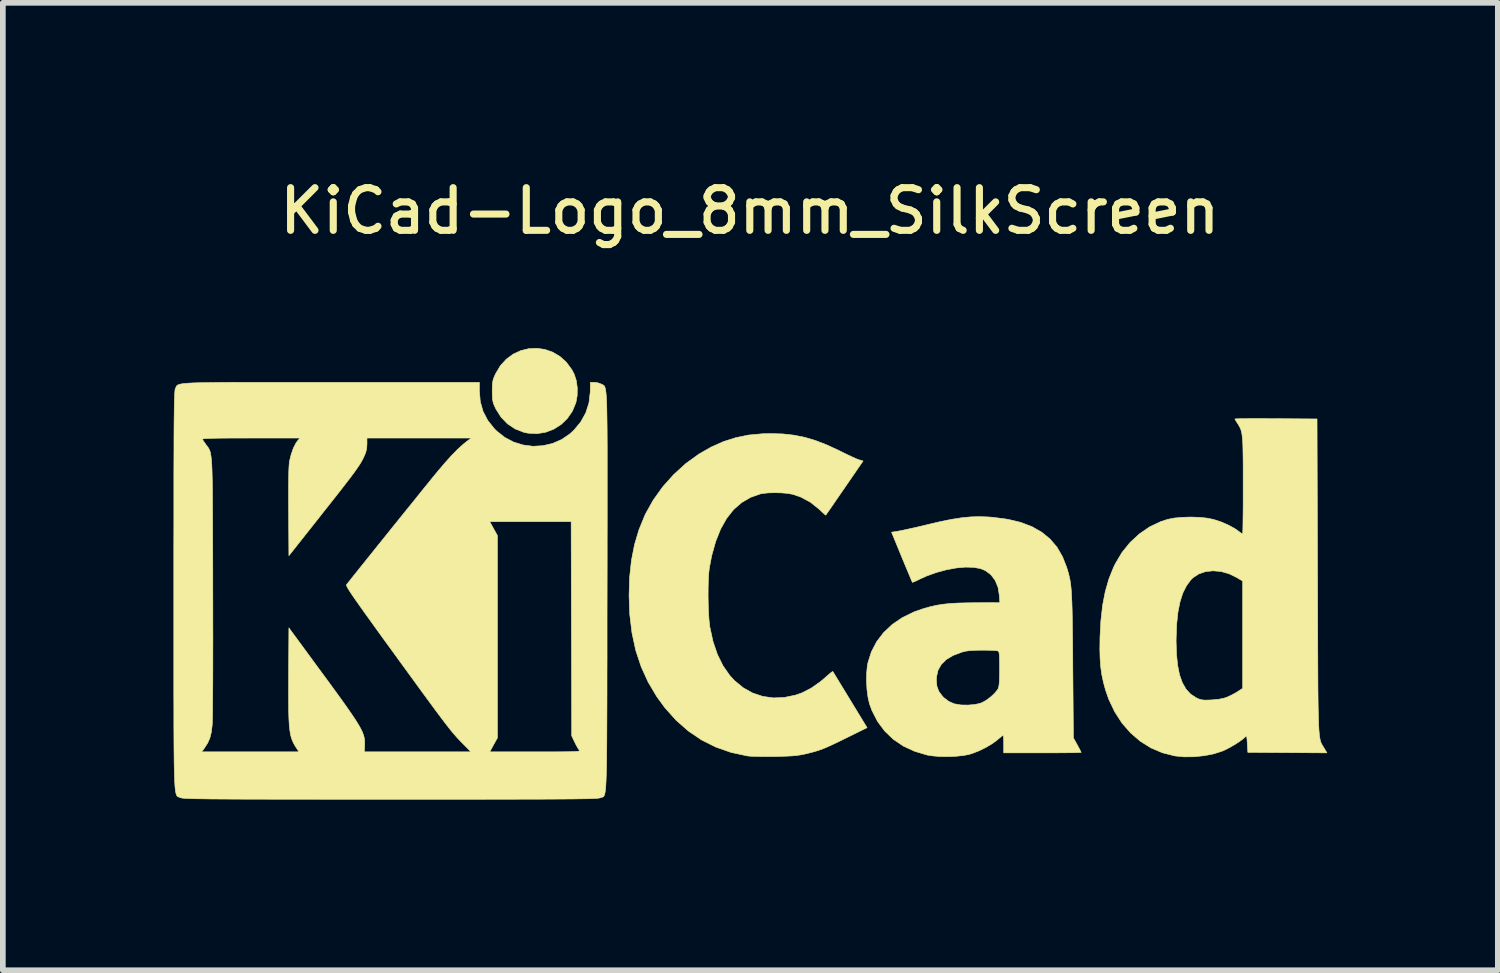
<source format=kicad_pcb>
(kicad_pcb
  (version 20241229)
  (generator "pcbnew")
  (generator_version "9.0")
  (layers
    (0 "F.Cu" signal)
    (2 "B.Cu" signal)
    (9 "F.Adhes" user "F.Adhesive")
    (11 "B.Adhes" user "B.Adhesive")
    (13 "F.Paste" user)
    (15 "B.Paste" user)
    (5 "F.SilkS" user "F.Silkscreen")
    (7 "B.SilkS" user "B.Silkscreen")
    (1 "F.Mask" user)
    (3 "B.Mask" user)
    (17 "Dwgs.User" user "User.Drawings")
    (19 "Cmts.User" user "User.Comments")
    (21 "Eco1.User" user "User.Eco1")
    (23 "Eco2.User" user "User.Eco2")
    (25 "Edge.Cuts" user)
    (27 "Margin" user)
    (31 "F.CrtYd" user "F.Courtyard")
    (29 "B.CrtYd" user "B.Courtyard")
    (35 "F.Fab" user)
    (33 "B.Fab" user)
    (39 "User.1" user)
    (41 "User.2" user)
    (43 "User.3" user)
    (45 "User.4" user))
  (footprint "KiCad-Logo_8mm_SilkScreen"
    (layer "F.Cu")
    (at 10.129 7.008)
    (property "Reference" "KiCad-Logo_8mm_SilkScreen" (at 0 -6.35 0) (layer "F.SilkS") (effects (font (size 0.75 0.75) (thickness 0.125))))
    (attr exclude_from_pos_files exclude_from_bom allow_missing_courtyard)
    (fp_poly (pts (xy -3.602 -3.916) (xy -3.466 -3.869) (xy -3.339 -3.794) (xy -3.226 -3.693) (xy -3.13 -3.564) (xy -3.087 -3.483) (xy -3.05 -3.37) (xy -3.032 -3.239) (xy -3.034 -3.105) (xy -3.056 -2.983) (xy -3.117 -2.834) (xy -3.205 -2.705) (xy -3.315 -2.598) (xy -3.444 -2.516) (xy -3.587 -2.461) (xy -3.739 -2.436) (xy -3.896 -2.444) (xy -3.973 -2.46) (xy -4.124 -2.519) (xy -4.258 -2.608) (xy -4.372 -2.726) (xy -4.463 -2.869) (xy -4.47 -2.885) (xy -4.497 -2.943) (xy -4.513 -2.993) (xy -4.522 -3.045) (xy -4.526 -3.111) (xy -4.527 -3.184) (xy -4.526 -3.271) (xy -4.521 -3.334) (xy -4.511 -3.385) (xy -4.492 -3.436) (xy -4.469 -3.487) (xy -4.384 -3.63) (xy -4.279 -3.745) (xy -4.158 -3.834) (xy -4.026 -3.895) (xy -3.886 -3.929) (xy -3.744 -3.936) (xy -3.602 -3.916)) (stroke (width 0.01) (type solid)) (fill yes) (layer "F.SilkS"))
    (fp_poly (pts (xy 0.581 -2.431) (xy 0.777 -2.409) (xy 0.967 -2.371) (xy 1.158 -2.314) (xy 1.358 -2.236) (xy 1.576 -2.135) (xy 1.615 -2.115) (xy 1.705 -2.071) (xy 1.79 -2.031) (xy 1.861 -1.999) (xy 1.91 -1.979) (xy 1.918 -1.977) (xy 1.991 -1.955) (xy 1.665 -1.481) (xy 1.585 -1.365) (xy 1.512 -1.259) (xy 1.449 -1.167) (xy 1.397 -1.092) (xy 1.359 -1.038) (xy 1.339 -1.008) (xy 1.335 -1.003) (xy 1.322 -1.013) (xy 1.288 -1.043) (xy 1.24 -1.087) (xy 1.214 -1.112) (xy 1.065 -1.231) (xy 0.897 -1.321) (xy 0.753 -1.37) (xy 0.666 -1.386) (xy 0.558 -1.395) (xy 0.44 -1.398) (xy 0.326 -1.395) (xy 0.229 -1.385) (xy 0.19 -1.378) (xy 0.015 -1.317) (xy -0.143 -1.225) (xy -0.284 -1.102) (xy -0.407 -0.947) (xy -0.512 -0.76) (xy -0.599 -0.543) (xy -0.669 -0.294) (xy -0.71 -0.082) (xy -0.721 0.012) (xy -0.728 0.134) (xy -0.732 0.273) (xy -0.733 0.423) (xy -0.73 0.575) (xy -0.725 0.718) (xy -0.716 0.846) (xy -0.704 0.949) (xy -0.702 0.964) (xy -0.646 1.22) (xy -0.569 1.445) (xy -0.472 1.643) (xy -0.353 1.813) (xy -0.269 1.905) (xy -0.117 2.03) (xy 0.049 2.123) (xy 0.227 2.182) (xy 0.414 2.209) (xy 0.607 2.201) (xy 0.803 2.16) (xy 0.92 2.119) (xy 1.08 2.037) (xy 1.246 1.92) (xy 1.339 1.84) (xy 1.391 1.794) (xy 1.432 1.761) (xy 1.455 1.745) (xy 1.458 1.744) (xy 1.469 1.761) (xy 1.496 1.804) (xy 1.537 1.872) (xy 1.59 1.959) (xy 1.653 2.062) (xy 1.723 2.177) (xy 1.762 2.241) (xy 2.061 2.732) (xy 1.688 2.916) (xy 1.553 2.982) (xy 1.444 3.034) (xy 1.354 3.075) (xy 1.276 3.107) (xy 1.203 3.133) (xy 1.13 3.155) (xy 1.049 3.176) (xy 0.971 3.195) (xy 0.901 3.209) (xy 0.829 3.22) (xy 0.746 3.228) (xy 0.645 3.233) (xy 0.52 3.237) (xy 0.435 3.239) (xy 0.315 3.24) (xy 0.199 3.239) (xy 0.096 3.237) (xy 0.013 3.234) (xy -0.042 3.229) (xy -0.045 3.228) (xy -0.33 3.167) (xy -0.598 3.073) (xy -0.848 2.948) (xy -1.08 2.791) (xy -1.295 2.602) (xy -1.492 2.382) (xy -1.635 2.186) (xy -1.787 1.93) (xy -1.91 1.659) (xy -2.005 1.372) (xy -2.071 1.066) (xy -2.11 0.74) (xy -2.122 0.408) (xy -2.112 0.087) (xy -2.08 -0.209) (xy -2.026 -0.486) (xy -1.948 -0.747) (xy -1.845 -0.999) (xy -1.833 -1.025) (xy -1.697 -1.268) (xy -1.531 -1.5) (xy -1.338 -1.716) (xy -1.125 -1.91) (xy -0.894 -2.077) (xy -0.679 -2.2) (xy -0.462 -2.297) (xy -0.244 -2.366) (xy -0.018 -2.412) (xy 0.226 -2.434) (xy 0.372 -2.437) (xy 0.581 -2.431)) (stroke (width 0.01) (type solid)) (fill yes) (layer "F.SilkS"))
    (fp_poly (pts (xy 9.042 -2.7) (xy 9.196 -2.699) (xy 9.248 -2.699) (xy 9.97 -2.694) (xy 9.979 0.073) (xy 9.98 0.448) (xy 9.981 0.788) (xy 9.982 1.096) (xy 9.983 1.373) (xy 9.984 1.621) (xy 9.985 1.841) (xy 9.986 2.036) (xy 9.988 2.206) (xy 9.99 2.354) (xy 9.993 2.482) (xy 9.996 2.592) (xy 9.999 2.684) (xy 10.003 2.761) (xy 10.008 2.825) (xy 10.013 2.877) (xy 10.02 2.92) (xy 10.027 2.954) (xy 10.035 2.982) (xy 10.044 3.005) (xy 10.055 3.026) (xy 10.066 3.045) (xy 10.079 3.066) (xy 10.093 3.089) (xy 10.096 3.093) (xy 10.144 3.175) (xy 8.754 3.166) (xy 8.745 3.013) (xy 8.74 2.94) (xy 8.735 2.898) (xy 8.728 2.881) (xy 8.717 2.884) (xy 8.709 2.894) (xy 8.67 2.929) (xy 8.608 2.975) (xy 8.531 3.025) (xy 8.447 3.074) (xy 8.365 3.117) (xy 8.302 3.145) (xy 8.155 3.192) (xy 7.986 3.225) (xy 7.808 3.243) (xy 7.633 3.245) (xy 7.474 3.229) (xy 7.472 3.229) (xy 7.254 3.174) (xy 7.05 3.087) (xy 6.863 2.97) (xy 6.693 2.824) (xy 6.542 2.651) (xy 6.414 2.453) (xy 6.309 2.232) (xy 6.252 2.068) (xy 6.215 1.931) (xy 6.187 1.799) (xy 6.168 1.663) (xy 6.157 1.514) (xy 6.153 1.347) (xy 6.155 1.209) (xy 7.493 1.209) (xy 7.5 1.439) (xy 7.52 1.637) (xy 7.554 1.805) (xy 7.603 1.943) (xy 7.668 2.055) (xy 7.748 2.142) (xy 7.842 2.204) (xy 7.89 2.227) (xy 7.932 2.24) (xy 7.979 2.247) (xy 8.042 2.247) (xy 8.11 2.245) (xy 8.243 2.233) (xy 8.349 2.21) (xy 8.382 2.198) (xy 8.458 2.164) (xy 8.538 2.121) (xy 8.572 2.1) (xy 8.663 2.041) (xy 8.663 0.155) (xy 8.563 0.095) (xy 8.424 0.027) (xy 8.282 -0.013) (xy 8.142 -0.025) (xy 8.009 -0.011) (xy 7.889 0.031) (xy 7.787 0.099) (xy 7.754 0.131) (xy 7.675 0.239) (xy 7.61 0.368) (xy 7.561 0.523) (xy 7.525 0.704) (xy 7.503 0.915) (xy 7.494 1.157) (xy 7.493 1.209) (xy 6.155 1.209) (xy 6.155 1.152) (xy 6.171 0.854) (xy 6.201 0.584) (xy 6.248 0.34) (xy 6.312 0.118) (xy 6.394 -0.087) (xy 6.424 -0.148) (xy 6.542 -0.347) (xy 6.684 -0.523) (xy 6.848 -0.674) (xy 7.029 -0.798) (xy 7.225 -0.891) (xy 7.343 -0.929) (xy 7.458 -0.952) (xy 7.597 -0.965) (xy 7.748 -0.97) (xy 7.898 -0.965) (xy 8.038 -0.951) (xy 8.15 -0.928) (xy 8.283 -0.885) (xy 8.412 -0.829) (xy 8.525 -0.767) (xy 8.585 -0.725) (xy 8.627 -0.693) (xy 8.656 -0.674) (xy 8.662 -0.671) (xy 8.664 -0.689) (xy 8.666 -0.739) (xy 8.668 -0.819) (xy 8.669 -0.924) (xy 8.671 -1.051) (xy 8.672 -1.197) (xy 8.672 -1.357) (xy 8.672 -1.521) (xy 8.672 -1.731) (xy 8.672 -1.908) (xy 8.67 -2.055) (xy 8.668 -2.176) (xy 8.665 -2.274) (xy 8.659 -2.353) (xy 8.652 -2.416) (xy 8.643 -2.467) (xy 8.631 -2.508) (xy 8.616 -2.543) (xy 8.598 -2.576) (xy 8.577 -2.61) (xy 8.574 -2.614) (xy 8.546 -2.658) (xy 8.529 -2.688) (xy 8.527 -2.694) (xy 8.545 -2.696) (xy 8.595 -2.698) (xy 8.673 -2.699) (xy 8.776 -2.7) (xy 8.9 -2.7) (xy 9.042 -2.7)) (stroke (width 0.01) (type solid)) (fill yes) (layer "F.SilkS"))
    (fp_poly (pts (xy 4.186 -0.972) (xy 4.276 -0.965) (xy 4.533 -0.931) (xy 4.76 -0.877) (xy 4.96 -0.801) (xy 5.132 -0.703) (xy 5.278 -0.583) (xy 5.4 -0.44) (xy 5.497 -0.272) (xy 5.568 -0.091) (xy 5.586 -0.033) (xy 5.602 0.021) (xy 5.615 0.075) (xy 5.627 0.13) (xy 5.637 0.191) (xy 5.645 0.26) (xy 5.652 0.339) (xy 5.657 0.433) (xy 5.662 0.543) (xy 5.666 0.672) (xy 5.669 0.825) (xy 5.671 1.003) (xy 5.674 1.209) (xy 5.676 1.447) (xy 5.677 1.633) (xy 5.688 2.912) (xy 5.756 3.035) (xy 5.788 3.094) (xy 5.812 3.14) (xy 5.823 3.165) (xy 5.824 3.167) (xy 5.806 3.168) (xy 5.757 3.17) (xy 5.678 3.172) (xy 5.576 3.173) (xy 5.453 3.174) (xy 5.314 3.175) (xy 5.162 3.175) (xy 5.144 3.175) (xy 4.463 3.175) (xy 4.463 3.021) (xy 4.462 2.951) (xy 4.459 2.898) (xy 4.454 2.869) (xy 4.452 2.867) (xy 4.434 2.878) (xy 4.397 2.907) (xy 4.349 2.948) (xy 4.348 2.949) (xy 4.26 3.014) (xy 4.149 3.08) (xy 4.028 3.139) (xy 3.908 3.186) (xy 3.855 3.202) (xy 3.751 3.222) (xy 3.622 3.235) (xy 3.481 3.241) (xy 3.34 3.239) (xy 3.211 3.228) (xy 3.121 3.214) (xy 2.899 3.148) (xy 2.699 3.056) (xy 2.522 2.936) (xy 2.371 2.791) (xy 2.245 2.622) (xy 2.147 2.43) (xy 2.104 2.313) (xy 2.078 2.2) (xy 2.06 2.064) (xy 2.052 1.917) (xy 2.052 1.896) (xy 3.279 1.896) (xy 3.289 2.005) (xy 3.323 2.095) (xy 3.386 2.179) (xy 3.41 2.204) (xy 3.496 2.27) (xy 3.594 2.313) (xy 3.713 2.333) (xy 3.837 2.335) (xy 3.956 2.325) (xy 4.046 2.305) (xy 4.086 2.29) (xy 4.156 2.25) (xy 4.232 2.194) (xy 4.3 2.131) (xy 4.351 2.07) (xy 4.365 2.047) (xy 4.375 2.016) (xy 4.383 1.967) (xy 4.388 1.894) (xy 4.39 1.793) (xy 4.391 1.697) (xy 4.39 1.585) (xy 4.389 1.504) (xy 4.386 1.449) (xy 4.381 1.414) (xy 4.373 1.394) (xy 4.362 1.384) (xy 4.359 1.383) (xy 4.33 1.378) (xy 4.272 1.374) (xy 4.193 1.371) (xy 4.102 1.37) (xy 4.082 1.37) (xy 3.96 1.372) (xy 3.866 1.378) (xy 3.791 1.388) (xy 3.729 1.404) (xy 3.575 1.462) (xy 3.455 1.533) (xy 3.367 1.619) (xy 3.309 1.721) (xy 3.282 1.839) (xy 3.279 1.896) (xy 2.052 1.896) (xy 2.054 1.774) (xy 2.066 1.645) (xy 2.076 1.592) (xy 2.137 1.399) (xy 2.23 1.221) (xy 2.353 1.06) (xy 2.504 0.918) (xy 2.682 0.797) (xy 2.885 0.698) (xy 3.057 0.638) (xy 3.172 0.606) (xy 3.282 0.581) (xy 3.395 0.563) (xy 3.516 0.55) (xy 3.654 0.542) (xy 3.816 0.538) (xy 3.962 0.536) (xy 4.395 0.535) (xy 4.386 0.405) (xy 4.363 0.264) (xy 4.313 0.143) (xy 4.238 0.044) (xy 4.141 -0.029) (xy 4.056 -0.064) (xy 3.934 -0.086) (xy 3.789 -0.09) (xy 3.627 -0.075) (xy 3.455 -0.043) (xy 3.281 0.004) (xy 3.111 0.065) (xy 2.987 0.121) (xy 2.928 0.15) (xy 2.882 0.17) (xy 2.859 0.178) (xy 2.858 0.178) (xy 2.85 0.16) (xy 2.83 0.114) (xy 2.8 0.042) (xy 2.762 -0.049) (xy 2.717 -0.156) (xy 2.672 -0.265) (xy 2.492 -0.703) (xy 2.62 -0.724) (xy 2.676 -0.735) (xy 2.76 -0.753) (xy 2.864 -0.776) (xy 2.982 -0.803) (xy 3.107 -0.833) (xy 3.157 -0.845) (xy 3.372 -0.895) (xy 3.56 -0.932) (xy 3.728 -0.958) (xy 3.884 -0.973) (xy 4.034 -0.977) (xy 4.186 -0.972)) (stroke (width 0.01) (type solid)) (fill yes) (layer "F.SilkS"))
    (fp_poly (pts (xy -7.87 -3.338) (xy -7.521 -3.338) (xy -7.358 -3.338) (xy -4.753 -3.338) (xy -4.753 -3.185) (xy -4.737 -2.998) (xy -4.688 -2.826) (xy -4.605 -2.667) (xy -4.488 -2.52) (xy -4.448 -2.481) (xy -4.306 -2.369) (xy -4.149 -2.287) (xy -3.982 -2.236) (xy -3.81 -2.214) (xy -3.637 -2.224) (xy -3.468 -2.263) (xy -3.308 -2.332) (xy -3.162 -2.432) (xy -3.096 -2.492) (xy -2.973 -2.639) (xy -2.883 -2.801) (xy -2.827 -2.976) (xy -2.805 -3.161) (xy -2.804 -3.18) (xy -2.803 -3.338) (xy -2.733 -3.338) (xy -2.671 -3.33) (xy -2.615 -3.309) (xy -2.611 -3.307) (xy -2.598 -3.301) (xy -2.587 -3.296) (xy -2.576 -3.29) (xy -2.566 -3.284) (xy -2.557 -3.274) (xy -2.549 -3.26) (xy -2.542 -3.239) (xy -2.536 -3.211) (xy -2.53 -3.174) (xy -2.525 -3.127) (xy -2.521 -3.067) (xy -2.517 -2.994) (xy -2.514 -2.906) (xy -2.512 -2.801) (xy -2.51 -2.678) (xy -2.508 -2.535) (xy -2.507 -2.372) (xy -2.506 -2.186) (xy -2.506 -1.976) (xy -2.506 -1.74) (xy -2.506 -1.477) (xy -2.506 -1.185) (xy -2.506 -0.864) (xy -2.507 -0.511) (xy -2.507 -0.124) (xy -2.508 0.297) (xy -2.508 0.348) (xy -2.509 0.771) (xy -2.509 1.16) (xy -2.509 1.516) (xy -2.51 1.839) (xy -2.51 2.133) (xy -2.511 2.398) (xy -2.512 2.635) (xy -2.513 2.847) (xy -2.514 3.034) (xy -2.516 3.199) (xy -2.517 3.342) (xy -2.52 3.466) (xy -2.523 3.571) (xy -2.526 3.66) (xy -2.53 3.733) (xy -2.534 3.793) (xy -2.539 3.84) (xy -2.545 3.877) (xy -2.551 3.904) (xy -2.558 3.924) (xy -2.566 3.937) (xy -2.575 3.946) (xy -2.585 3.951) (xy -2.596 3.955) (xy -2.608 3.958) (xy -2.621 3.963) (xy -2.624 3.964) (xy -2.634 3.967) (xy -2.651 3.97) (xy -2.676 3.973) (xy -2.71 3.976) (xy -2.756 3.978) (xy -2.814 3.98) (xy -2.886 3.982) (xy -2.973 3.983) (xy -3.078 3.985) (xy -3.201 3.986) (xy -3.343 3.987) (xy -3.507 3.988) (xy -3.694 3.989) (xy -3.905 3.989) (xy -4.141 3.99) (xy -4.405 3.99) (xy -4.697 3.991) (xy -5.019 3.991) (xy -5.373 3.991) (xy -5.759 3.991) (xy -6.18 3.991) (xy -6.316 3.991) (xy -6.747 3.991) (xy -7.142 3.991) (xy -7.504 3.991) (xy -7.835 3.99) (xy -8.134 3.99) (xy -8.405 3.99) (xy -8.649 3.989) (xy -8.866 3.989) (xy -9.059 3.988) (xy -9.229 3.987) (xy -9.378 3.986) (xy -9.506 3.985) (xy -9.616 3.983) (xy -9.709 3.982) (xy -9.786 3.98) (xy -9.848 3.978) (xy -9.899 3.976) (xy -9.937 3.974) (xy -9.967 3.971) (xy -9.987 3.968) (xy -10.001 3.965) (xy -10.009 3.962) (xy -10.023 3.956) (xy -10.035 3.952) (xy -10.046 3.948) (xy -10.057 3.942) (xy -10.066 3.934) (xy -10.075 3.92) (xy -10.082 3.901) (xy -10.089 3.874) (xy -10.095 3.839) (xy -10.101 3.793) (xy -10.105 3.734) (xy -10.109 3.663) (xy -10.112 3.576) (xy -10.115 3.473) (xy -10.118 3.352) (xy -10.119 3.211) (xy -10.12 3.157) (xy -9.636 3.157) (xy -7.924 3.157) (xy -7.957 3.107) (xy -7.99 3.056) (xy -8.018 3.007) (xy -8.041 2.957) (xy -8.06 2.903) (xy -8.075 2.841) (xy -8.086 2.768) (xy -8.095 2.68) (xy -8.101 2.574) (xy -8.105 2.447) (xy -8.106 2.294) (xy -8.107 2.114) (xy -8.106 1.902) (xy -8.106 1.823) (xy -8.101 0.978) (xy -7.566 1.707) (xy -7.414 1.913) (xy -7.283 2.093) (xy -7.17 2.249) (xy -7.075 2.383) (xy -6.996 2.497) (xy -6.931 2.594) (xy -6.88 2.676) (xy -6.84 2.746) (xy -6.811 2.806) (xy -6.791 2.858) (xy -6.778 2.905) (xy -6.771 2.949) (xy -6.769 2.992) (xy -6.77 3.038) (xy -6.77 3.043) (xy -6.776 3.157) (xy -4.901 3.157) (xy -5.04 3.016) (xy -5.078 2.978) (xy -5.114 2.94) (xy -5.15 2.902) (xy -5.186 2.86) (xy -5.226 2.814) (xy -5.27 2.76) (xy -5.32 2.696) (xy -5.377 2.622) (xy -5.443 2.534) (xy -5.521 2.43) (xy -5.61 2.309) (xy -5.713 2.169) (xy -5.832 2.006) (xy -5.967 1.82) (xy -6.121 1.609) (xy -6.247 1.435) (xy -6.406 1.217) (xy -6.544 1.026) (xy -6.663 0.86) (xy -6.765 0.719) (xy -6.85 0.599) (xy -6.92 0.5) (xy -6.976 0.419) (xy -7.019 0.355) (xy -7.051 0.305) (xy -7.072 0.269) (xy -7.085 0.243) (xy -7.09 0.227) (xy -7.088 0.218) (xy -7.071 0.196) (xy -7.032 0.148) (xy -6.976 0.077) (xy -6.904 -0.013) (xy -6.818 -0.12) (xy -6.721 -0.241) (xy -6.615 -0.373) (xy -6.502 -0.514) (xy -6.385 -0.659) (xy -6.266 -0.808) (xy -6.2 -0.889) (xy -4.571 -0.889) (xy -4.504 -0.767) (xy -4.436 -0.644) (xy -4.436 2.912) (xy -4.504 3.034) (xy -4.571 3.157) (xy -3.771 3.157) (xy -3.579 3.157) (xy -3.422 3.157) (xy -3.294 3.156) (xy -3.193 3.155) (xy -3.117 3.153) (xy -3.062 3.151) (xy -3.025 3.148) (xy -3.004 3.144) (xy -2.994 3.139) (xy -2.993 3.132) (xy -2.999 3.125) (xy -2.999 3.125) (xy -3.022 3.092) (xy -3.052 3.038) (xy -3.079 2.984) (xy -3.13 2.876) (xy -3.135 0.993) (xy -3.14 -0.889) (xy -4.571 -0.889) (xy -6.2 -0.889) (xy -6.147 -0.955) (xy -6.03 -1.1) (xy -5.918 -1.238) (xy -5.814 -1.368) (xy -5.719 -1.486) (xy -5.635 -1.589) (xy -5.566 -1.675) (xy -5.512 -1.74) (xy -5.481 -1.778) (xy -5.36 -1.92) (xy -5.244 -2.049) (xy -5.136 -2.159) (xy -5.04 -2.247) (xy -4.973 -2.301) (xy -4.893 -2.359) (xy -6.729 -2.359) (xy -6.729 -2.251) (xy -6.734 -2.172) (xy -6.753 -2.098) (xy -6.783 -2.029) (xy -6.802 -1.989) (xy -6.823 -1.95) (xy -6.847 -1.909) (xy -6.877 -1.863) (xy -6.914 -1.81) (xy -6.959 -1.746) (xy -7.016 -1.67) (xy -7.086 -1.579) (xy -7.17 -1.47) (xy -7.271 -1.341) (xy -7.391 -1.189) (xy -7.532 -1.011) (xy -7.547 -0.991) (xy -8.101 -0.291) (xy -8.106 -1.066) (xy -8.107 -1.299) (xy -8.107 -1.495) (xy -8.105 -1.657) (xy -8.103 -1.784) (xy -8.098 -1.878) (xy -8.093 -1.938) (xy -8.091 -1.95) (xy -8.061 -2.071) (xy -8.023 -2.18) (xy -7.979 -2.267) (xy -7.953 -2.304) (xy -7.907 -2.359) (xy -8.772 -2.359) (xy -8.978 -2.358) (xy -9.15 -2.358) (xy -9.291 -2.357) (xy -9.404 -2.355) (xy -9.49 -2.353) (xy -9.553 -2.35) (xy -9.594 -2.347) (xy -9.616 -2.342) (xy -9.623 -2.337) (xy -9.622 -2.336) (xy -9.604 -2.308) (xy -9.573 -2.264) (xy -9.558 -2.242) (xy -9.541 -2.22) (xy -9.526 -2.2) (xy -9.513 -2.181) (xy -9.502 -2.16) (xy -9.491 -2.135) (xy -9.482 -2.106) (xy -9.475 -2.068) (xy -9.468 -2.022) (xy -9.462 -1.964) (xy -9.457 -1.893) (xy -9.453 -1.806) (xy -9.45 -1.703) (xy -9.447 -1.58) (xy -9.445 -1.436) (xy -9.444 -1.27) (xy -9.443 -1.078) (xy -9.442 -0.86) (xy -9.441 -0.613) (xy -9.44 -0.335) (xy -9.439 -0.024) (xy -9.439 0.261) (xy -9.438 0.579) (xy -9.438 0.883) (xy -9.437 1.17) (xy -9.438 1.439) (xy -9.438 1.687) (xy -9.439 1.913) (xy -9.44 2.114) (xy -9.442 2.289) (xy -9.443 2.436) (xy -9.445 2.553) (xy -9.447 2.638) (xy -9.45 2.689) (xy -9.45 2.694) (xy -9.466 2.818) (xy -9.491 2.917) (xy -9.529 3.003) (xy -9.585 3.089) (xy -9.591 3.098) (xy -9.636 3.157) (xy -10.12 3.157) (xy -10.121 3.049) (xy -10.122 2.865) (xy -10.123 2.657) (xy -10.123 2.423) (xy -10.124 2.162) (xy -10.124 1.873) (xy -10.124 1.554) (xy -10.124 1.203) (xy -10.124 0.82) (xy -10.124 0.401) (xy -10.124 0.318) (xy -10.124 -0.104) (xy -10.124 -0.492) (xy -10.123 -0.847) (xy -10.123 -1.169) (xy -10.123 -1.462) (xy -10.123 -1.725) (xy -10.122 -1.961) (xy -10.121 -2.172) (xy -10.121 -2.357) (xy -10.12 -2.521) (xy -10.119 -2.662) (xy -10.117 -2.784) (xy -10.116 -2.887) (xy -10.114 -2.974) (xy -10.112 -3.045) (xy -10.11 -3.102) (xy -10.108 -3.146) (xy -10.105 -3.18) (xy -10.103 -3.204) (xy -10.1 -3.22) (xy -10.096 -3.23) (xy -10.096 -3.23) (xy -10.089 -3.245) (xy -10.084 -3.258) (xy -10.077 -3.27) (xy -10.069 -3.281) (xy -10.056 -3.29) (xy -10.037 -3.299) (xy -10.011 -3.306) (xy -9.976 -3.313) (xy -9.929 -3.318) (xy -9.87 -3.323) (xy -9.796 -3.327) (xy -9.705 -3.33) (xy -9.597 -3.332) (xy -9.469 -3.334) (xy -9.319 -3.336) (xy -9.146 -3.337) (xy -8.948 -3.338) (xy -8.723 -3.338) (xy -8.47 -3.338) (xy -8.186 -3.338) (xy -7.87 -3.338)) (stroke (width 0.01) (type solid)) (fill yes) (layer "F.SilkS")))
  (gr_rect
    (start -3 -3)
    (end 23.277 14.004)
    (stroke (width 0.1) (type default))
    (fill no)
    (layer "Edge.Cuts")))
</source>
